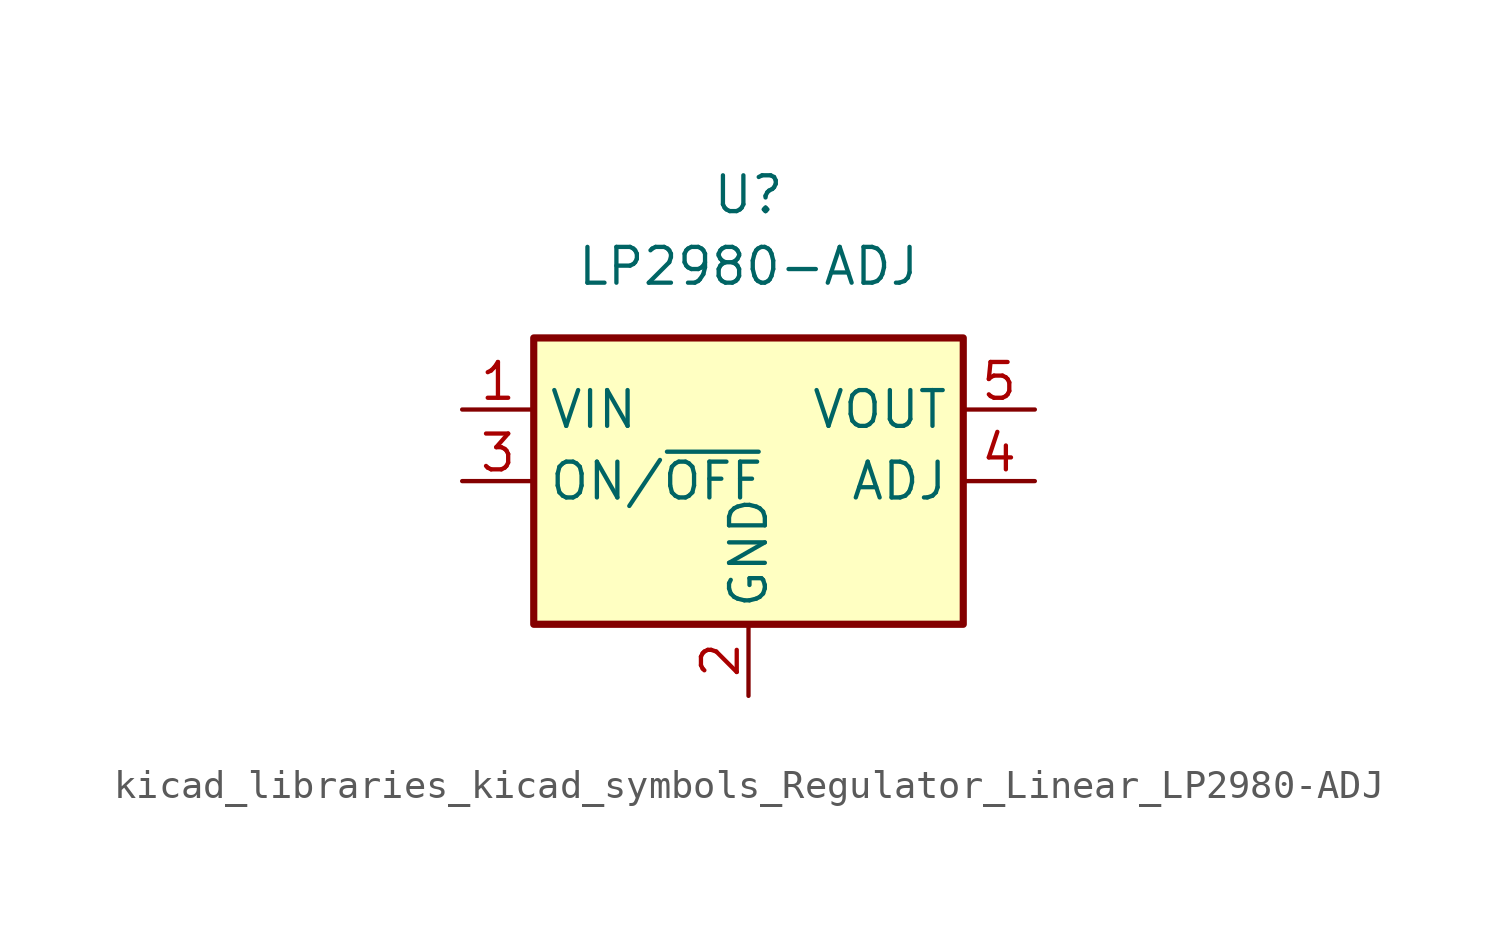
<source format=kicad_sym>
(kicad_symbol_lib
  (version 20220914)
  (generator kicad_symbol_editor)
  (symbol "kicad_libraries_kicad_symbols_Regulator_Linear_LP2980-ADJ"
    (property "Reference" "U"
      (at 0 10.16 0)
      (effects (font (size 1.27 1.27))))
    (property "Value" "LP2980-ADJ"
      (at 0 7.62 0)
      (effects (font (size 1.27 1.27))))
    (symbol "kicad_libraries_kicad_symbols_Regulator_Linear_LP2980-ADJ_0_1"
      (rectangle (start -7.62 5.08) (end 7.62 -5.08) (stroke (width 0.254) (type default)) (fill (type background))))
    (symbol "kicad_libraries_kicad_symbols_Regulator_Linear_LP2980-ADJ_1_1"
      (pin power_in line (at -10.16 2.54 0) (length 2.54) (name "VIN" (effects (font (size 1.27 1.27)))) (number "1" (effects (font (size 1.27 1.27)))))
      (pin power_in line (at 0 -7.62 90) (length 2.54) (name "GND" (effects (font (size 1.27 1.27)))) (number "2" (effects (font (size 1.27 1.27)))))
      (pin input line (at -10.16 0 0) (length 2.54) (name "ON/~{OFF}" (effects (font (size 1.27 1.27)))) (number "3" (effects (font (size 1.27 1.27)))))
      (pin input line (at 10.16 0 180) (length 2.54) (name "ADJ" (effects (font (size 1.27 1.27)))) (number "4" (effects (font (size 1.27 1.27)))))
      (pin power_out line (at 10.16 2.54 180) (length 2.54) (name "VOUT" (effects (font (size 1.27 1.27)))) (number "5" (effects (font (size 1.27 1.27))))))))
</source>
